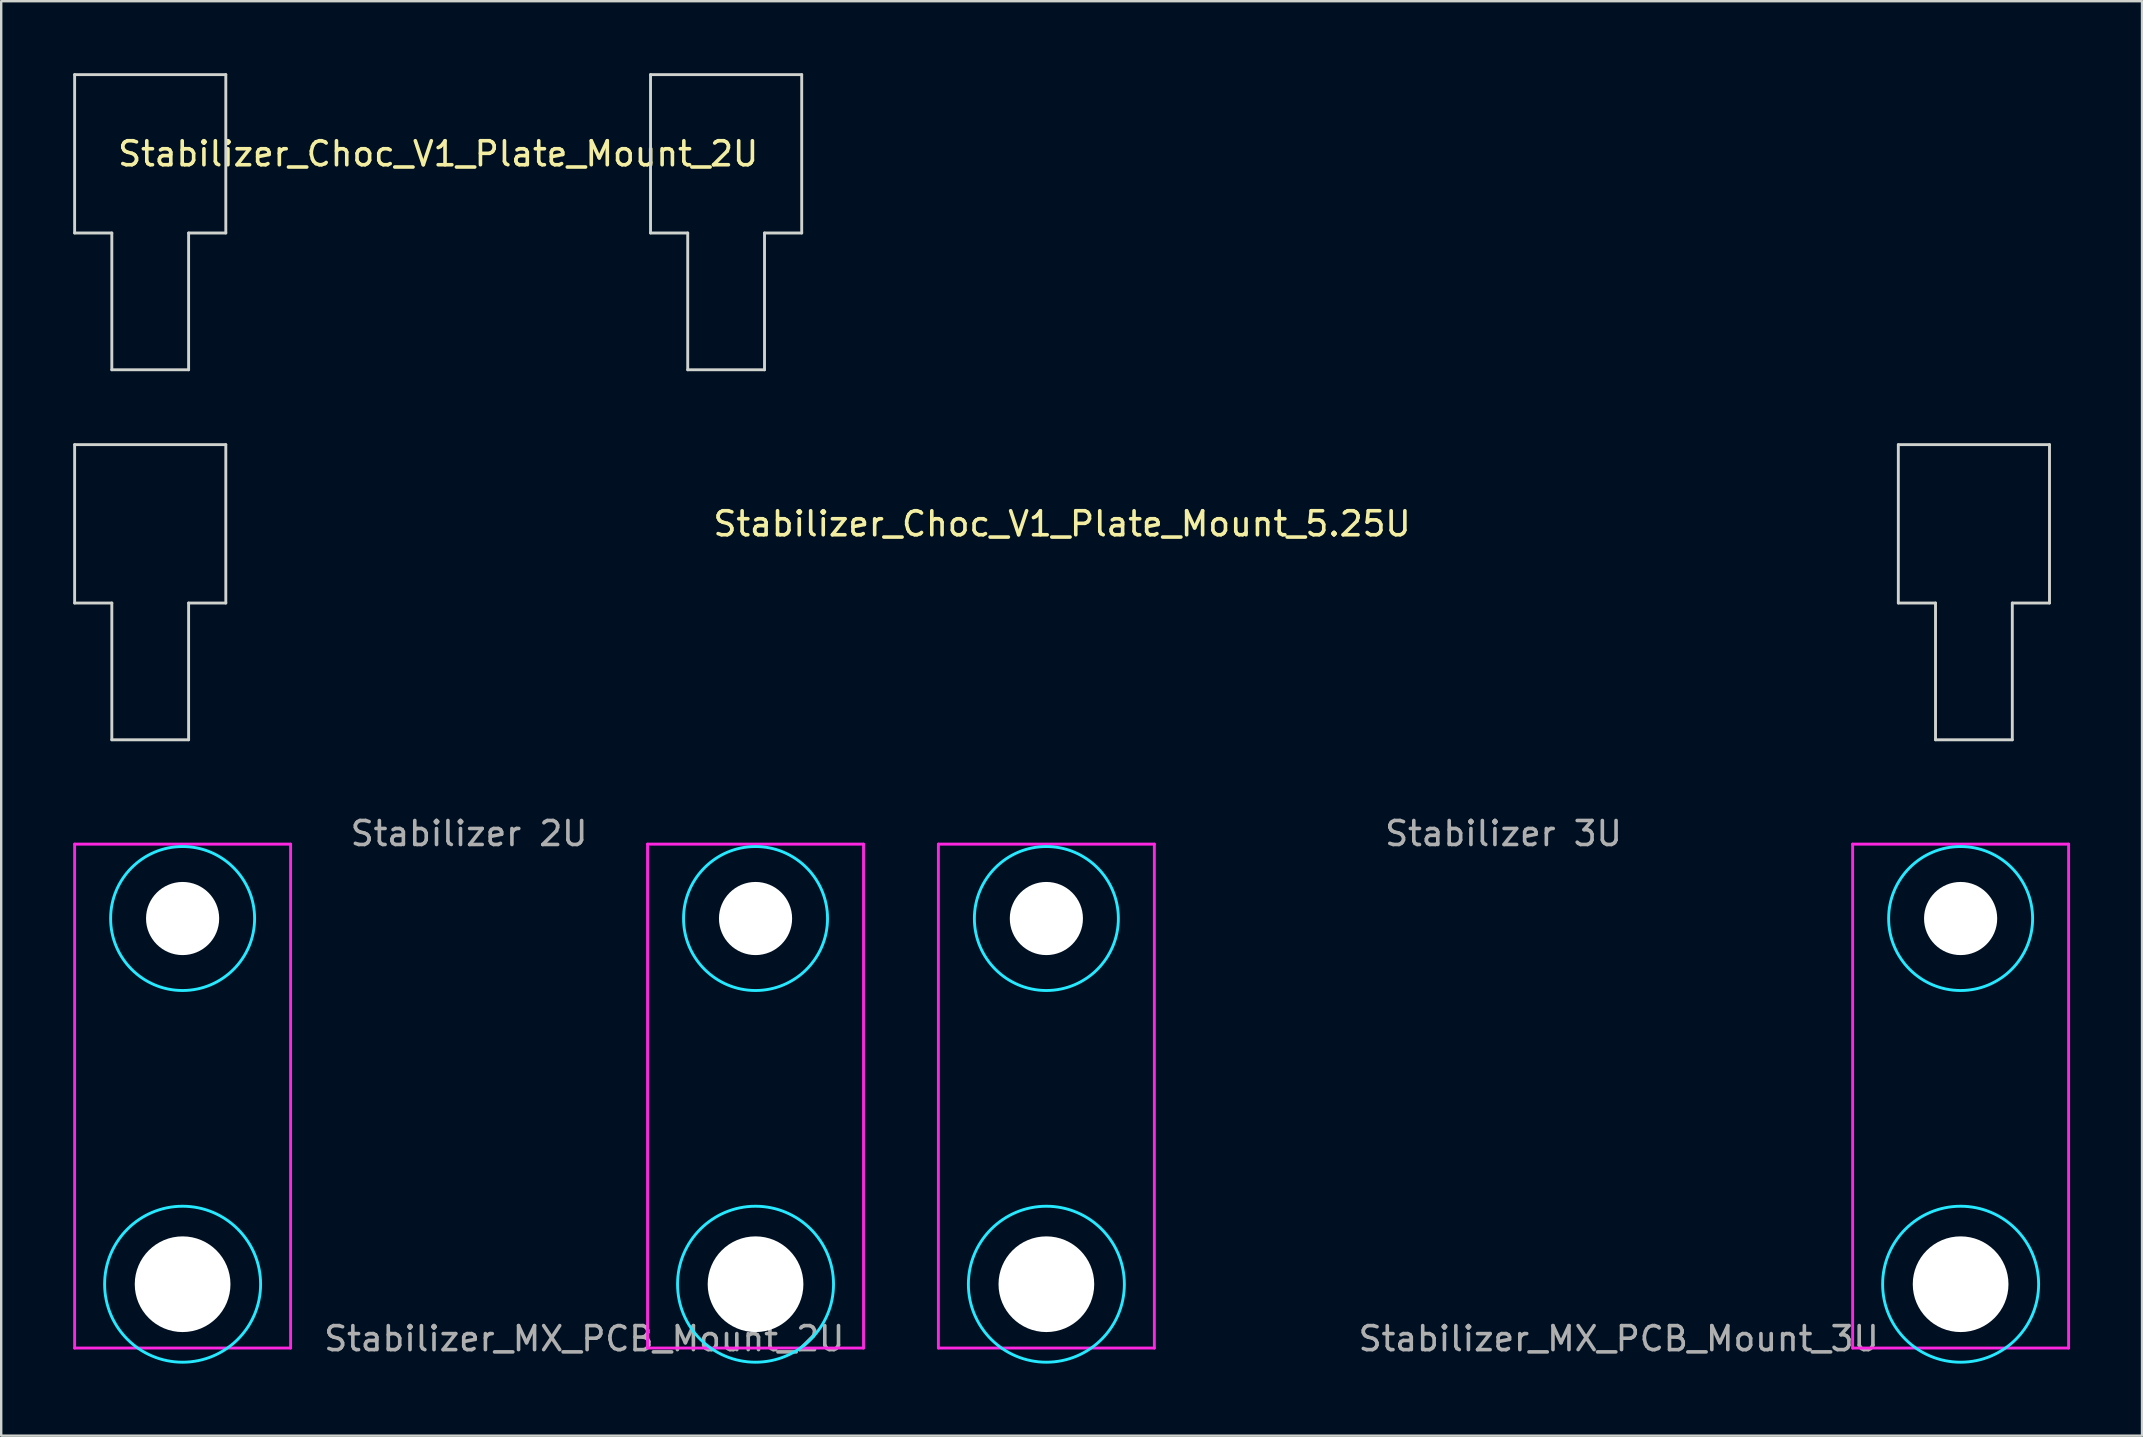
<source format=kicad_pcb>
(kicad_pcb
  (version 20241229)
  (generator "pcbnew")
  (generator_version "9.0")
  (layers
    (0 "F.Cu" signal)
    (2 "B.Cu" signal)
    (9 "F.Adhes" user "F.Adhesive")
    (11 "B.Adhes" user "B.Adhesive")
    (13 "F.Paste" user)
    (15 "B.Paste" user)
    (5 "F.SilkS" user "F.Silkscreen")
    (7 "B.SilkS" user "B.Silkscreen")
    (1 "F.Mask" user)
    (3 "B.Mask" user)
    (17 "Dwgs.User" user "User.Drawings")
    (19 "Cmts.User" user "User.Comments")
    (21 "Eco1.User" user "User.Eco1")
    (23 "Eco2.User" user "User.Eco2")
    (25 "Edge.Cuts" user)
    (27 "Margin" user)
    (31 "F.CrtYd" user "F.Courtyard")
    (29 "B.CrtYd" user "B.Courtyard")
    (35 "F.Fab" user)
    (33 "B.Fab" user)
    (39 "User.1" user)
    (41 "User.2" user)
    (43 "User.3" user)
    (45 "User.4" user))
  (footprint "Stabilizer_Choc_V1_Plate_Mount_2U"
    (layer "F.Cu")
    (at 15.21 3.36)
    (property "Reference" "Stabilizer_Choc_V1_Plate_Mount_2U" (at 0 0 0) (layer "F.SilkS") (effects (font (size 1 1) (thickness 0.15))))
    (attr through_hole)
    (fp_line (start -15.15 -3.3) (end -15.15 3.3) (stroke (width 0.12) (type solid)) (layer "Edge.Cuts"))
    (fp_line (start -15.15 3.3) (end -13.6 3.3) (stroke (width 0.12) (type solid)) (layer "Edge.Cuts"))
    (fp_line (start -13.6 3.3) (end -13.6 9) (stroke (width 0.12) (type solid)) (layer "Edge.Cuts"))
    (fp_line (start -13.6 9) (end -10.4 9) (stroke (width 0.12) (type solid)) (layer "Edge.Cuts"))
    (fp_line (start -10.4 3.3) (end -8.85 3.3) (stroke (width 0.12) (type solid)) (layer "Edge.Cuts"))
    (fp_line (start -10.4 9) (end -10.4 3.3) (stroke (width 0.12) (type solid)) (layer "Edge.Cuts"))
    (fp_line (start -8.85 -3.3) (end -15.15 -3.3) (stroke (width 0.12) (type solid)) (layer "Edge.Cuts"))
    (fp_line (start -8.85 3.3) (end -8.85 -3.3) (stroke (width 0.12) (type solid)) (layer "Edge.Cuts"))
    (fp_line (start 8.85 -3.3) (end 15.15 -3.3) (stroke (width 0.12) (type solid)) (layer "Edge.Cuts"))
    (fp_line (start 8.85 3.3) (end 8.85 -3.3) (stroke (width 0.12) (type solid)) (layer "Edge.Cuts"))
    (fp_line (start 10.4 3.3) (end 8.85 3.3) (stroke (width 0.12) (type solid)) (layer "Edge.Cuts"))
    (fp_line (start 10.4 9) (end 10.4 3.3) (stroke (width 0.12) (type solid)) (layer "Edge.Cuts"))
    (fp_line (start 13.6 3.3) (end 13.6 9) (stroke (width 0.12) (type solid)) (layer "Edge.Cuts"))
    (fp_line (start 13.6 9) (end 10.4 9) (stroke (width 0.12) (type solid)) (layer "Edge.Cuts"))
    (fp_line (start 15.15 -3.3) (end 15.15 3.3) (stroke (width 0.12) (type solid)) (layer "Edge.Cuts"))
    (fp_line (start 15.15 3.3) (end 13.6 3.3) (stroke (width 0.12) (type solid)) (layer "Edge.Cuts")))
  (footprint "Stabilizer_MX_PCB_Mount_3U"
    (layer "F.Cu")
    (at 59.606 42.213)
    (property "Reference" "Stabilizer_MX_PCB_Mount_3U" (at 4.8 10.525 0) (layer "F.Fab") (effects (font (size 1 1) (thickness 0.15))))
    (attr through_hole)
    (fp_circle (center -19.05 -6.985) (end -16.05 -6.985) (stroke (width 0.12) (type solid)) (fill no) (layer "B.CrtYd"))
    (fp_circle (center -19.05 8.255) (end -15.8 8.255) (stroke (width 0.12) (type solid)) (fill no) (layer "B.CrtYd"))
    (fp_circle (center 19.05 -6.985) (end 22.05 -6.985) (stroke (width 0.12) (type solid)) (fill no) (layer "B.CrtYd"))
    (fp_circle (center 19.05 8.255) (end 22.3 8.255) (stroke (width 0.12) (type solid)) (fill no) (layer "B.CrtYd"))
    (fp_line (start -23.55 -10.085) (end -23.55 10.915) (stroke (width 0.12) (type solid)) (layer "F.CrtYd"))
    (fp_line (start -23.55 10.915) (end -14.55 10.915) (stroke (width 0.12) (type solid)) (layer "F.CrtYd"))
    (fp_line (start -14.55 -10.085) (end -23.55 -10.085) (stroke (width 0.12) (type solid)) (layer "F.CrtYd"))
    (fp_line (start -14.55 10.915) (end -14.55 -10.085) (stroke (width 0.12) (type solid)) (layer "F.CrtYd"))
    (fp_line (start 14.55 -10.085) (end 23.55 -10.085) (stroke (width 0.12) (type solid)) (layer "F.CrtYd"))
    (fp_line (start 14.55 10.915) (end 14.55 -10.085) (stroke (width 0.12) (type solid)) (layer "F.CrtYd"))
    (fp_line (start 23.55 -10.085) (end 23.55 10.915) (stroke (width 0.12) (type solid)) (layer "F.CrtYd"))
    (fp_line (start 23.55 10.915) (end 14.55 10.915) (stroke (width 0.12) (type solid)) (layer "F.CrtYd"))
    (fp_text user "Stabilizer 3U" (at 0 -10.525 0) (layer "F.Fab") (effects (font (size 1 1) (thickness 0.15))))
    (pad "" np_thru_hole circle (at -19.05 -6.985) (size 3.048 3.048) (drill 3.048) (layers "*.Cu" "*.Mask"))
    (pad "" np_thru_hole circle (at -19.05 8.255) (size 3.988 3.988) (drill 3.988) (layers "*.Cu" "*.Mask"))
    (pad "" np_thru_hole circle (at 19.05 -6.985) (size 3.048 3.048) (drill 3.048) (layers "*.Cu" "*.Mask"))
    (pad "" np_thru_hole circle (at 19.05 8.255) (size 3.988 3.988) (drill 3.988) (layers "*.Cu" "*.Mask")))
  (footprint "Stabilizer_Choc_V1_Plate_Mount_5.25U"
    (layer "F.Cu")
    (at 41.21 18.78)
    (property "Reference" "Stabilizer_Choc_V1_Plate_Mount_5.25U" (at 0 0 0) (layer "F.SilkS") (effects (font (size 1 1) (thickness 0.15))))
    (attr through_hole)
    (fp_line (start -41.15 -3.3) (end -41.15 3.3) (stroke (width 0.12) (type solid)) (layer "Edge.Cuts"))
    (fp_line (start -41.15 3.3) (end -39.6 3.3) (stroke (width 0.12) (type solid)) (layer "Edge.Cuts"))
    (fp_line (start -39.6 3.3) (end -39.6 9) (stroke (width 0.12) (type solid)) (layer "Edge.Cuts"))
    (fp_line (start -39.6 9) (end -36.4 9) (stroke (width 0.12) (type solid)) (layer "Edge.Cuts"))
    (fp_line (start -36.4 3.3) (end -34.85 3.3) (stroke (width 0.12) (type solid)) (layer "Edge.Cuts"))
    (fp_line (start -36.4 9) (end -36.4 3.3) (stroke (width 0.12) (type solid)) (layer "Edge.Cuts"))
    (fp_line (start -34.85 -3.3) (end -41.15 -3.3) (stroke (width 0.12) (type solid)) (layer "Edge.Cuts"))
    (fp_line (start -34.85 3.3) (end -34.85 -3.3) (stroke (width 0.12) (type solid)) (layer "Edge.Cuts"))
    (fp_line (start 34.85 -3.3) (end 41.15 -3.3) (stroke (width 0.12) (type solid)) (layer "Edge.Cuts"))
    (fp_line (start 34.85 3.3) (end 34.85 -3.3) (stroke (width 0.12) (type solid)) (layer "Edge.Cuts"))
    (fp_line (start 36.4 3.3) (end 34.85 3.3) (stroke (width 0.12) (type solid)) (layer "Edge.Cuts"))
    (fp_line (start 36.4 9) (end 36.4 3.3) (stroke (width 0.12) (type solid)) (layer "Edge.Cuts"))
    (fp_line (start 39.6 3.3) (end 39.6 9) (stroke (width 0.12) (type solid)) (layer "Edge.Cuts"))
    (fp_line (start 39.6 9) (end 36.4 9) (stroke (width 0.12) (type solid)) (layer "Edge.Cuts"))
    (fp_line (start 41.15 -3.3) (end 41.15 3.3) (stroke (width 0.12) (type solid)) (layer "Edge.Cuts"))
    (fp_line (start 41.15 3.3) (end 39.6 3.3) (stroke (width 0.12) (type solid)) (layer "Edge.Cuts")))
  (footprint "Stabilizer_MX_PCB_Mount_2U"
    (layer "F.Cu")
    (at 16.498 42.213)
    (property "Reference" "Stabilizer_MX_PCB_Mount_2U" (at 4.8 10.525 0) (layer "F.Fab") (effects (font (size 1 1) (thickness 0.15))))
    (attr through_hole)
    (fp_circle (center -11.938 -6.985) (end -8.938 -6.985) (stroke (width 0.12) (type solid)) (fill no) (layer "B.CrtYd"))
    (fp_circle (center -11.938 8.255) (end -8.688 8.255) (stroke (width 0.12) (type solid)) (fill no) (layer "B.CrtYd"))
    (fp_circle (center 11.938 -6.985) (end 14.938 -6.985) (stroke (width 0.12) (type solid)) (fill no) (layer "B.CrtYd"))
    (fp_circle (center 11.938 8.255) (end 15.188 8.255) (stroke (width 0.12) (type solid)) (fill no) (layer "B.CrtYd"))
    (fp_line (start -16.438 -10.085) (end -16.438 10.915) (stroke (width 0.12) (type solid)) (layer "F.CrtYd"))
    (fp_line (start -16.438 10.915) (end -7.438 10.915) (stroke (width 0.12) (type solid)) (layer "F.CrtYd"))
    (fp_line (start -7.438 -10.085) (end -16.438 -10.085) (stroke (width 0.12) (type solid)) (layer "F.CrtYd"))
    (fp_line (start -7.438 10.915) (end -7.438 -10.085) (stroke (width 0.12) (type solid)) (layer "F.CrtYd"))
    (fp_line (start 7.438 -10.085) (end 16.438 -10.085) (stroke (width 0.12) (type solid)) (layer "F.CrtYd"))
    (fp_line (start 7.438 10.915) (end 7.438 -10.085) (stroke (width 0.12) (type solid)) (layer "F.CrtYd"))
    (fp_line (start 16.438 -10.085) (end 16.438 10.915) (stroke (width 0.12) (type solid)) (layer "F.CrtYd"))
    (fp_line (start 16.438 10.915) (end 7.438 10.915) (stroke (width 0.12) (type solid)) (layer "F.CrtYd"))
    (fp_text user "Stabilizer 2U" (at 0 -10.525 0) (layer "F.Fab") (effects (font (size 1 1) (thickness 0.15))))
    (pad "" np_thru_hole circle (at -11.938 -6.985) (size 3.048 3.048) (drill 3.048) (layers "*.Cu" "*.Mask"))
    (pad "" np_thru_hole circle (at -11.938 8.255) (size 3.988 3.988) (drill 3.988) (layers "*.Cu" "*.Mask"))
    (pad "" np_thru_hole circle (at 11.938 -6.985) (size 3.048 3.048) (drill 3.048) (layers "*.Cu" "*.Mask"))
    (pad "" np_thru_hole circle (at 11.938 8.255) (size 3.988 3.988) (drill 3.988) (layers "*.Cu" "*.Mask")))
  (gr_rect
    (start -3 -3)
    (end 86.216 56.778)
    (stroke (width 0.1) (type default))
    (fill no)
    (layer "Edge.Cuts")))
</source>
